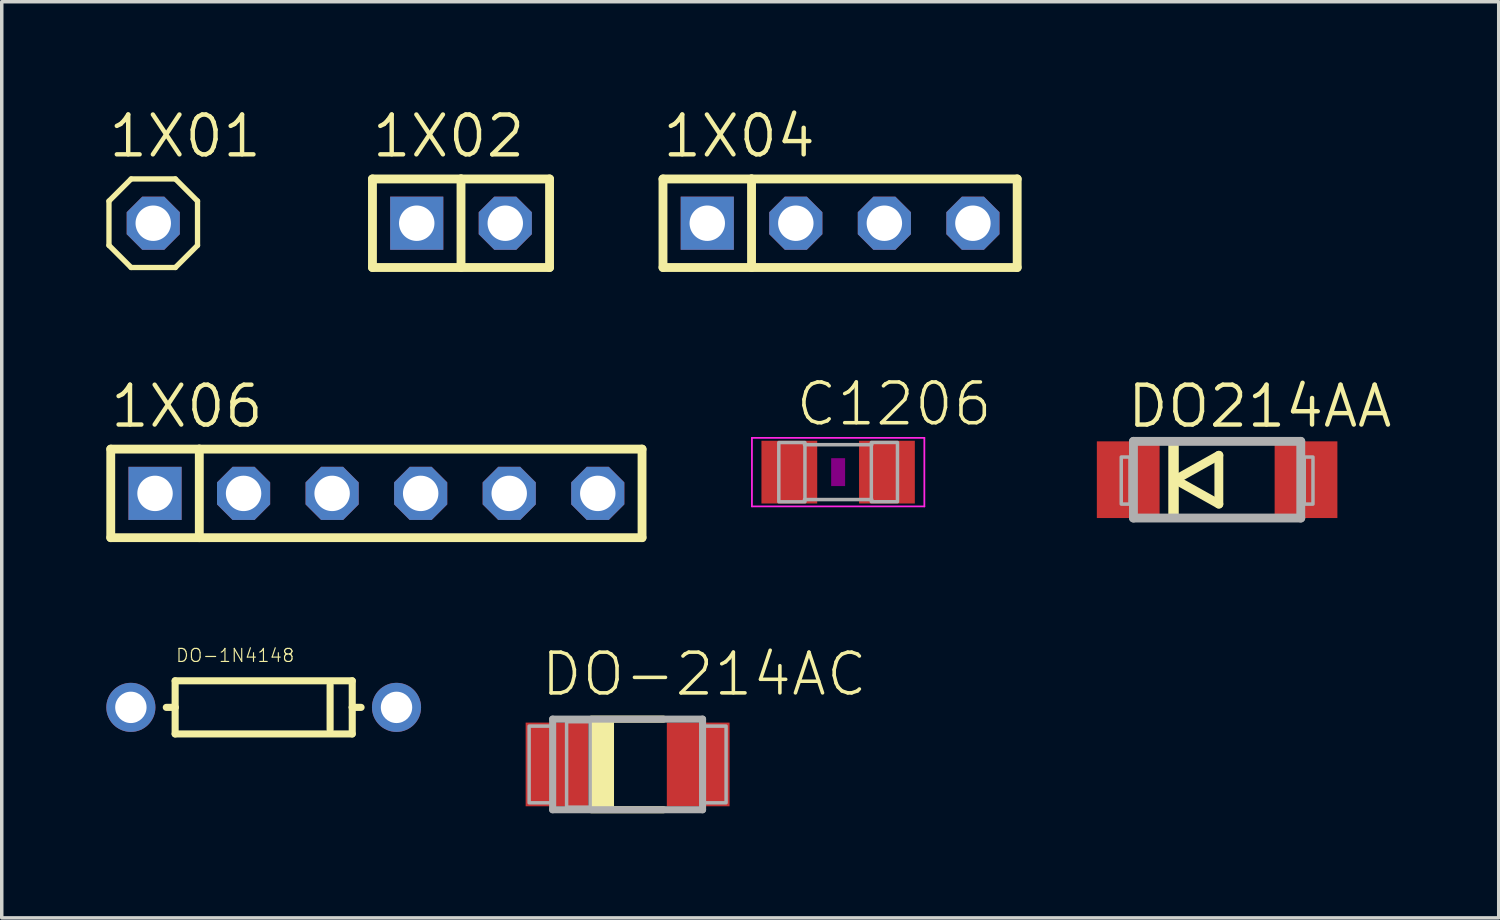
<source format=kicad_pcb>
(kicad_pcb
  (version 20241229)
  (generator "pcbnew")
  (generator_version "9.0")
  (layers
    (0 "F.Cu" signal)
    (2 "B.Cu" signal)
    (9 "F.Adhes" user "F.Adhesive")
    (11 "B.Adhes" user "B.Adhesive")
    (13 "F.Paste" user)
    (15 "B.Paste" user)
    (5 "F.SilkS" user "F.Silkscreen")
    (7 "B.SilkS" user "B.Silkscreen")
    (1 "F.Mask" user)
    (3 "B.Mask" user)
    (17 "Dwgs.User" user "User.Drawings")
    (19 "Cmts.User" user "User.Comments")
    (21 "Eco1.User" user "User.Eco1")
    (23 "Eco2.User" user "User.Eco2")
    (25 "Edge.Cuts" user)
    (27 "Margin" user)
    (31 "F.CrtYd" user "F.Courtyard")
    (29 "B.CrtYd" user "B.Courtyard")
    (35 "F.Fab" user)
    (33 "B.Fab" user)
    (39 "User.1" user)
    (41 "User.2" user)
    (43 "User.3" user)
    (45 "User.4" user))
  (footprint "DO-1N4148"
    (layer "F.Cu")
    (at 4.514 17.241)
    (property "Reference" "DO-1N4148" (at -2.54 -1.27 0) (layer "F.SilkS") (effects (font (size 0.374 0.374) (thickness 0.033)) (justify left bottom)))
    (fp_line (start -2.54 -0.762) (end 2.54 -0.762) (stroke (width 0.203) (type solid)) (layer "F.SilkS"))
    (fp_line (start -2.54 0) (end -2.794 0) (stroke (width 0.203) (type solid)) (layer "F.SilkS"))
    (fp_line (start -2.54 0) (end -2.54 -0.762) (stroke (width 0.203) (type solid)) (layer "F.SilkS"))
    (fp_line (start -2.54 0.762) (end -2.54 0) (stroke (width 0.203) (type solid)) (layer "F.SilkS"))
    (fp_line (start 1.905 -0.635) (end 1.905 0.635) (stroke (width 0.203) (type solid)) (layer "F.SilkS"))
    (fp_line (start 2.54 -0.762) (end 2.54 0) (stroke (width 0.203) (type solid)) (layer "F.SilkS"))
    (fp_line (start 2.54 0) (end 2.54 0.762) (stroke (width 0.203) (type solid)) (layer "F.SilkS"))
    (fp_line (start 2.54 0) (end 2.794 0) (stroke (width 0.203) (type solid)) (layer "F.SilkS"))
    (fp_line (start 2.54 0.762) (end -2.54 0.762) (stroke (width 0.203) (type solid)) (layer "F.SilkS"))
    (pad "A" thru_hole circle (at -3.81 0) (size 1.408 1.408) (drill 0.9) (layers "*.Cu" "*.Mask"))
    (pad "C" thru_hole circle (at 3.81 0) (size 1.408 1.408) (drill 0.9) (layers "*.Cu" "*.Mask")))
  (footprint "DO214AA"
    (layer "F.Cu")
    (at 31.863 10.71)
    (property "Reference" "DO214AA" (at -2.64 -1.436 0) (layer "F.SilkS") (effects (font (size 1.143 1.143) (thickness 0.127)) (justify left bottom)))
    (fp_line (start -1.2 0) (end 0.05 -0.7) (stroke (width 0.254) (type solid)) (layer "F.SilkS"))
    (fp_line (start 0.05 -0.7) (end 0.05 0.7) (stroke (width 0.254) (type solid)) (layer "F.SilkS"))
    (fp_line (start 0.05 0.7) (end -1.2 0) (stroke (width 0.254) (type solid)) (layer "F.SilkS"))
    (fp_poly (pts (xy -1.4 1.05) (xy -1.1 1.05) (xy -1.1 -1.05) (xy -1.4 -1.05)) (stroke (width 0) (type solid)) (fill yes) (layer "F.SilkS"))
    (fp_line (start -2.4 -1.1) (end 2.4 -1.1) (stroke (width 0.254) (type solid)) (layer "F.Fab"))
    (fp_line (start -2.4 1.1) (end -2.4 -1.1) (stroke (width 0.254) (type solid)) (layer "F.Fab"))
    (fp_line (start 2.4 -1.1) (end 2.4 1.1) (stroke (width 0.254) (type solid)) (layer "F.Fab"))
    (fp_line (start 2.4 1.1) (end -2.4 1.1) (stroke (width 0.254) (type solid)) (layer "F.Fab"))
    (fp_poly (pts (xy -2.75 0.7) (xy -2.5 0.7) (xy -2.5 -0.65) (xy -2.75 -0.65)) (stroke (width 0.1) (type solid)) (fill no) (layer "F.Fab"))
    (fp_poly (pts (xy 2.5 0.7) (xy 2.75 0.7) (xy 2.75 -0.65) (xy 2.5 -0.65)) (stroke (width 0.1) (type solid)) (fill no) (layer "F.Fab"))
    (pad "A" smd rect (at 2.55 0) (size 1.8 2.2) (layers "F.Cu" "F.Mask" "F.Paste"))
    (pad "C" smd rect (at -2.55 0) (size 1.8 2.2) (layers "F.Cu" "F.Mask" "F.Paste")))
  (footprint "1X04"
    (layer "F.Cu")
    (at 21.048 3.353)
    (property "Reference" "1X04" (at -5.156 -1.829 0) (layer "F.SilkS") (effects (font (size 1.143 1.143) (thickness 0.127)) (justify left bottom)))
    (fp_line (start -5.08 -1.27) (end -5.08 1.27) (stroke (width 0.254) (type solid)) (layer "F.SilkS"))
    (fp_line (start -5.08 -1.27) (end -2.54 -1.27) (stroke (width 0.254) (type solid)) (layer "F.SilkS"))
    (fp_line (start -2.54 -1.27) (end -2.54 1.27) (stroke (width 0.254) (type solid)) (layer "F.SilkS"))
    (fp_line (start -2.54 -1.27) (end 5.08 -1.27) (stroke (width 0.254) (type solid)) (layer "F.SilkS"))
    (fp_line (start 5.08 -1.27) (end 5.08 1.27) (stroke (width 0.254) (type solid)) (layer "F.SilkS"))
    (fp_line (start 5.08 1.27) (end -5.08 1.27) (stroke (width 0.254) (type solid)) (layer "F.SilkS"))
    (fp_poly (pts (xy -4.064 0.254) (xy -3.556 0.254) (xy -3.556 -0.254) (xy -4.064 -0.254)) (stroke (width 0.1) (type solid)) (fill no) (layer "F.Fab"))
    (fp_poly (pts (xy -1.524 0.254) (xy -1.016 0.254) (xy -1.016 -0.254) (xy -1.524 -0.254)) (stroke (width 0.1) (type solid)) (fill no) (layer "F.Fab"))
    (fp_poly (pts (xy 1.016 0.254) (xy 1.524 0.254) (xy 1.524 -0.254) (xy 1.016 -0.254)) (stroke (width 0.1) (type solid)) (fill no) (layer "F.Fab"))
    (fp_poly (pts (xy 3.556 0.254) (xy 4.064 0.254) (xy 4.064 -0.254) (xy 3.556 -0.254)) (stroke (width 0.1) (type solid)) (fill no) (layer "F.Fab"))
    (pad "1" thru_hole rect (at -3.81 0 90) (size 1.524 1.524) (drill 1.016) (layers "*.Cu" "*.Mask"))
    (pad "2" thru_hole roundrect (at -1.27 0 90) (size 1.524 1.524) (drill 1.016) (layers "*.Cu" "*.Mask") (roundrect_rratio 0.25) (chamfer_ratio 0.293) (chamfer top_left top_right bottom_left bottom_right))
    (pad "3" thru_hole roundrect (at 1.27 0 90) (size 1.524 1.524) (drill 1.016) (layers "*.Cu" "*.Mask") (roundrect_rratio 0.25) (chamfer_ratio 0.293) (chamfer top_left top_right bottom_left bottom_right))
    (pad "4" thru_hole roundrect (at 3.81 0 90) (size 1.524 1.524) (drill 1.016) (layers "*.Cu" "*.Mask") (roundrect_rratio 0.25) (chamfer_ratio 0.293) (chamfer top_left top_right bottom_left bottom_right)))
  (footprint "C1206"
    (layer "F.Cu")
    (at 20.992 10.493)
    (property "Reference" "C1206" (at -1.27 -1.27 0) (layer "F.SilkS") (effects (font (size 1.168 1.168) (thickness 0.102)) (justify left bottom)))
    (fp_poly (pts (xy -0.2 0.4) (xy 0.2 0.4) (xy 0.2 -0.4) (xy -0.2 -0.4)) (stroke (width 0) (type solid)) (fill yes) (layer "F.Adhes"))
    (fp_line (start -2.473 -0.983) (end 2.473 -0.983) (stroke (width 0.051) (type solid)) (layer "F.CrtYd"))
    (fp_line (start -2.473 0.983) (end -2.473 -0.983) (stroke (width 0.051) (type solid)) (layer "F.CrtYd"))
    (fp_line (start 2.473 -0.983) (end 2.473 0.983) (stroke (width 0.051) (type solid)) (layer "F.CrtYd"))
    (fp_line (start 2.473 0.983) (end -2.473 0.983) (stroke (width 0.051) (type solid)) (layer "F.CrtYd"))
    (fp_line (start -0.965 -0.787) (end 0.965 -0.787) (stroke (width 0.102) (type solid)) (layer "F.Fab"))
    (fp_line (start -0.965 0.787) (end 0.965 0.787) (stroke (width 0.102) (type solid)) (layer "F.Fab"))
    (fp_poly (pts (xy -1.702 0.851) (xy -0.952 0.851) (xy -0.952 -0.849) (xy -1.702 -0.849)) (stroke (width 0.1) (type solid)) (fill no) (layer "F.Fab"))
    (fp_poly (pts (xy 0.952 0.849) (xy 1.702 0.849) (xy 1.702 -0.851) (xy 0.952 -0.851)) (stroke (width 0.1) (type solid)) (fill no) (layer "F.Fab"))
    (pad "1" smd rect (at -1.4 0) (size 1.6 1.8) (layers "F.Cu" "F.Mask" "F.Paste"))
    (pad "2" smd rect (at 1.4 0) (size 1.6 1.8) (layers "F.Cu" "F.Mask" "F.Paste")))
  (footprint "DO-214AC"
    (layer "F.Cu")
    (at 14.953 18.878)
    (property "Reference" "DO-214AC" (at -2.54 -1.905 0) (layer "F.SilkS") (effects (font (size 1.168 1.168) (thickness 0.102)) (justify left bottom)))
    (fp_line (start -1.035 -1.3) (end 1.025 -1.3) (stroke (width 0.203) (type solid)) (layer "F.SilkS"))
    (fp_line (start 1.025 1.3) (end -1.035 1.3) (stroke (width 0.203) (type solid)) (layer "F.SilkS"))
    (fp_poly (pts (xy -1.065 1.225) (xy -0.39 1.225) (xy -0.39 -1.225) (xy -1.065 -1.225)) (stroke (width 0) (type solid)) (fill yes) (layer "F.SilkS"))
    (fp_line (start -2.15 -1.3) (end 2.15 -1.3) (stroke (width 0.203) (type solid)) (layer "F.Fab"))
    (fp_line (start -2.15 1.3) (end -2.15 -1.3) (stroke (width 0.203) (type solid)) (layer "F.Fab"))
    (fp_line (start 2.15 -1.3) (end 2.15 1.3) (stroke (width 0.203) (type solid)) (layer "F.Fab"))
    (fp_line (start 2.15 1.3) (end -2.15 1.3) (stroke (width 0.203) (type solid)) (layer "F.Fab"))
    (fp_poly (pts (xy -2.825 1.1) (xy -2.175 1.1) (xy -2.175 -1.1) (xy -2.825 -1.1)) (stroke (width 0.1) (type solid)) (fill no) (layer "F.Fab"))
    (fp_poly (pts (xy -1.75 1.225) (xy -1.075 1.225) (xy -1.075 -1.225) (xy -1.75 -1.225)) (stroke (width 0.1) (type solid)) (fill no) (layer "F.Fab"))
    (fp_poly (pts (xy 2.825 -1.1) (xy 2.175 -1.1) (xy 2.175 1.1) (xy 2.825 1.1)) (stroke (width 0.1) (type solid)) (fill no) (layer "F.Fab"))
    (pad "A" smd rect (at 2.025 0 180) (size 1.8 2.4) (layers "F.Cu" "F.Mask" "F.Paste"))
    (pad "C" smd rect (at -2.025 0) (size 1.8 2.4) (layers "F.Cu" "F.Mask" "F.Paste")))
  (footprint "1X02"
    (layer "F.Cu")
    (at 10.174 3.353)
    (property "Reference" "1X02" (at -2.616 -1.829 0) (layer "F.SilkS") (effects (font (size 1.143 1.143) (thickness 0.127)) (justify left bottom)))
    (fp_line (start -2.54 -1.27) (end -2.54 1.27) (stroke (width 0.254) (type solid)) (layer "F.SilkS"))
    (fp_line (start -2.54 -1.27) (end 0 -1.27) (stroke (width 0.254) (type solid)) (layer "F.SilkS"))
    (fp_line (start 0 -1.27) (end 0 1.27) (stroke (width 0.254) (type solid)) (layer "F.SilkS"))
    (fp_line (start 0 -1.27) (end 2.54 -1.27) (stroke (width 0.254) (type solid)) (layer "F.SilkS"))
    (fp_line (start 2.54 -1.27) (end 2.54 1.27) (stroke (width 0.254) (type solid)) (layer "F.SilkS"))
    (fp_line (start 2.54 1.27) (end -2.54 1.27) (stroke (width 0.254) (type solid)) (layer "F.SilkS"))
    (fp_poly (pts (xy -1.524 0.254) (xy -1.016 0.254) (xy -1.016 -0.254) (xy -1.524 -0.254)) (stroke (width 0.1) (type solid)) (fill no) (layer "F.Fab"))
    (fp_poly (pts (xy 1.016 0.254) (xy 1.524 0.254) (xy 1.524 -0.254) (xy 1.016 -0.254)) (stroke (width 0.1) (type solid)) (fill no) (layer "F.Fab"))
    (pad "1" thru_hole rect (at -1.27 0 90) (size 1.524 1.524) (drill 1.016) (layers "*.Cu" "*.Mask"))
    (pad "2" thru_hole roundrect (at 1.27 0 90) (size 1.524 1.524) (drill 1.016) (layers "*.Cu" "*.Mask") (roundrect_rratio 0.25) (chamfer_ratio 0.293) (chamfer top_left top_right bottom_left bottom_right)))
  (footprint "1X01"
    (layer "F.Cu")
    (at 1.346 3.353)
    (property "Reference" "1X01" (at -1.346 -1.829 0) (layer "F.SilkS") (effects (font (size 1.143 1.143) (thickness 0.127)) (justify left bottom)))
    (fp_line (start -1.27 -0.635) (end -1.27 0.635) (stroke (width 0.152) (type solid)) (layer "F.SilkS"))
    (fp_line (start -1.27 0.635) (end -0.635 1.27) (stroke (width 0.152) (type solid)) (layer "F.SilkS"))
    (fp_line (start -0.635 -1.27) (end -1.27 -0.635) (stroke (width 0.152) (type solid)) (layer "F.SilkS"))
    (fp_line (start -0.635 -1.27) (end 0.635 -1.27) (stroke (width 0.152) (type solid)) (layer "F.SilkS"))
    (fp_line (start 0.635 -1.27) (end 1.27 -0.635) (stroke (width 0.152) (type solid)) (layer "F.SilkS"))
    (fp_line (start 0.635 1.27) (end -0.635 1.27) (stroke (width 0.152) (type solid)) (layer "F.SilkS"))
    (fp_line (start 1.27 -0.635) (end 1.27 0.635) (stroke (width 0.152) (type solid)) (layer "F.SilkS"))
    (fp_line (start 1.27 0.635) (end 0.635 1.27) (stroke (width 0.152) (type solid)) (layer "F.SilkS"))
    (fp_poly (pts (xy -0.254 0.254) (xy 0.254 0.254) (xy 0.254 -0.254) (xy -0.254 -0.254)) (stroke (width 0.1) (type solid)) (fill no) (layer "F.Fab"))
    (pad "1" thru_hole roundrect (at 0 0) (size 1.524 1.524) (drill 1.016) (layers "*.Cu" "*.Mask") (roundrect_rratio 0.25) (chamfer_ratio 0.293) (chamfer top_left top_right bottom_left bottom_right)))
  (footprint "1X06"
    (layer "F.Cu")
    (at 7.747 11.103)
    (property "Reference" "1X06" (at -7.696 -1.829 0) (layer "F.SilkS") (effects (font (size 1.143 1.143) (thickness 0.127)) (justify left bottom)))
    (fp_line (start -7.62 -1.27) (end -7.62 1.27) (stroke (width 0.254) (type solid)) (layer "F.SilkS"))
    (fp_line (start -5.08 -1.27) (end -7.62 -1.27) (stroke (width 0.254) (type solid)) (layer "F.SilkS"))
    (fp_line (start -5.08 -1.27) (end -5.08 1.27) (stroke (width 0.254) (type solid)) (layer "F.SilkS"))
    (fp_line (start 7.62 -1.27) (end -5.08 -1.27) (stroke (width 0.254) (type solid)) (layer "F.SilkS"))
    (fp_line (start 7.62 -1.27) (end 7.62 1.27) (stroke (width 0.254) (type solid)) (layer "F.SilkS"))
    (fp_line (start 7.62 1.27) (end -7.62 1.27) (stroke (width 0.254) (type solid)) (layer "F.SilkS"))
    (fp_poly (pts (xy -6.604 0.254) (xy -6.096 0.254) (xy -6.096 -0.254) (xy -6.604 -0.254)) (stroke (width 0.1) (type solid)) (fill no) (layer "F.Fab"))
    (fp_poly (pts (xy -4.064 0.254) (xy -3.556 0.254) (xy -3.556 -0.254) (xy -4.064 -0.254)) (stroke (width 0.1) (type solid)) (fill no) (layer "F.Fab"))
    (fp_poly (pts (xy -1.524 0.254) (xy -1.016 0.254) (xy -1.016 -0.254) (xy -1.524 -0.254)) (stroke (width 0.1) (type solid)) (fill no) (layer "F.Fab"))
    (fp_poly (pts (xy 1.016 0.254) (xy 1.524 0.254) (xy 1.524 -0.254) (xy 1.016 -0.254)) (stroke (width 0.1) (type solid)) (fill no) (layer "F.Fab"))
    (fp_poly (pts (xy 3.556 0.254) (xy 4.064 0.254) (xy 4.064 -0.254) (xy 3.556 -0.254)) (stroke (width 0.1) (type solid)) (fill no) (layer "F.Fab"))
    (fp_poly (pts (xy 6.096 0.254) (xy 6.604 0.254) (xy 6.604 -0.254) (xy 6.096 -0.254)) (stroke (width 0.1) (type solid)) (fill no) (layer "F.Fab"))
    (pad "1" thru_hole rect (at -6.35 0 90) (size 1.524 1.524) (drill 1.016) (layers "*.Cu" "*.Mask"))
    (pad "2" thru_hole roundrect (at -3.81 0 90) (size 1.524 1.524) (drill 1.016) (layers "*.Cu" "*.Mask") (roundrect_rratio 0.25) (chamfer_ratio 0.293) (chamfer top_left top_right bottom_left bottom_right))
    (pad "3" thru_hole roundrect (at -1.27 0 90) (size 1.524 1.524) (drill 1.016) (layers "*.Cu" "*.Mask") (roundrect_rratio 0.25) (chamfer_ratio 0.293) (chamfer top_left top_right bottom_left bottom_right))
    (pad "4" thru_hole roundrect (at 1.27 0 90) (size 1.524 1.524) (drill 1.016) (layers "*.Cu" "*.Mask") (roundrect_rratio 0.25) (chamfer_ratio 0.293) (chamfer top_left top_right bottom_left bottom_right))
    (pad "5" thru_hole roundrect (at 3.81 0 90) (size 1.524 1.524) (drill 1.016) (layers "*.Cu" "*.Mask") (roundrect_rratio 0.25) (chamfer_ratio 0.293) (chamfer top_left top_right bottom_left bottom_right))
    (pad "6" thru_hole roundrect (at 6.35 0 90) (size 1.524 1.524) (drill 1.016) (layers "*.Cu" "*.Mask") (roundrect_rratio 0.25) (chamfer_ratio 0.293) (chamfer top_left top_right bottom_left bottom_right)))
  (gr_rect
    (start -3 -3)
    (end 39.941 23.279)
    (stroke (width 0.1) (type default))
    (fill no)
    (layer "Edge.Cuts")))
</source>
